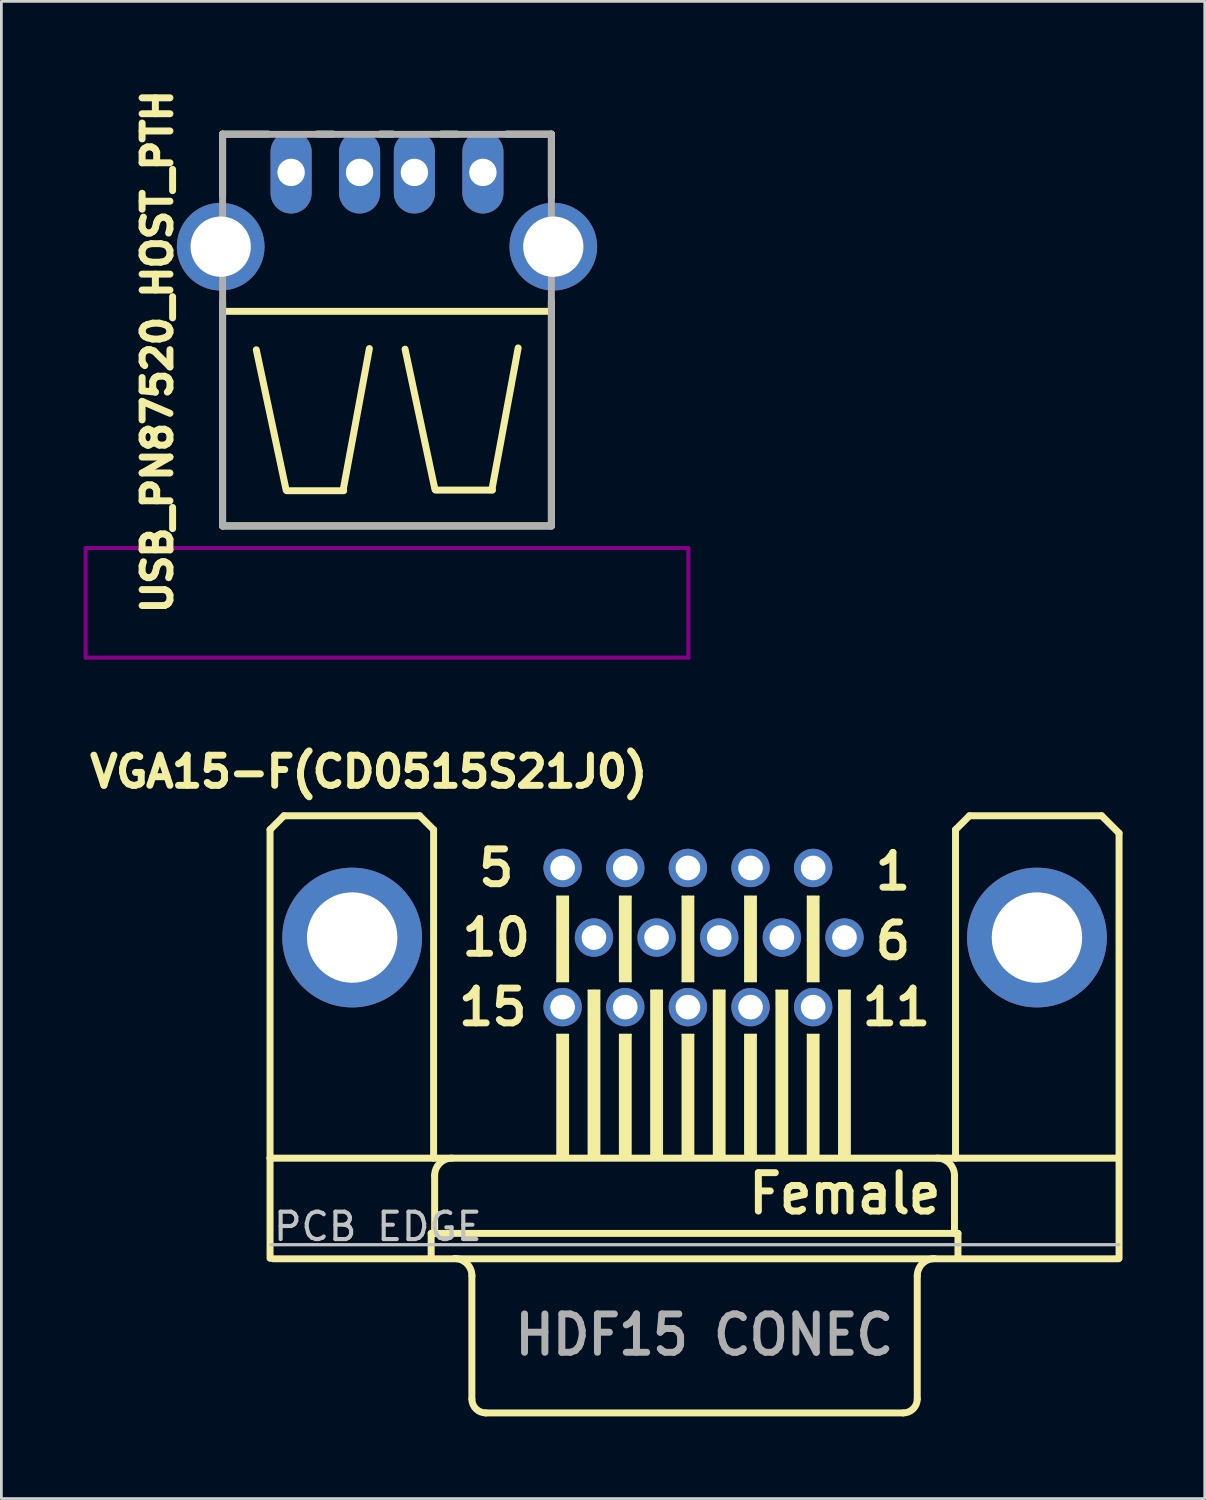
<source format=kicad_pcb>
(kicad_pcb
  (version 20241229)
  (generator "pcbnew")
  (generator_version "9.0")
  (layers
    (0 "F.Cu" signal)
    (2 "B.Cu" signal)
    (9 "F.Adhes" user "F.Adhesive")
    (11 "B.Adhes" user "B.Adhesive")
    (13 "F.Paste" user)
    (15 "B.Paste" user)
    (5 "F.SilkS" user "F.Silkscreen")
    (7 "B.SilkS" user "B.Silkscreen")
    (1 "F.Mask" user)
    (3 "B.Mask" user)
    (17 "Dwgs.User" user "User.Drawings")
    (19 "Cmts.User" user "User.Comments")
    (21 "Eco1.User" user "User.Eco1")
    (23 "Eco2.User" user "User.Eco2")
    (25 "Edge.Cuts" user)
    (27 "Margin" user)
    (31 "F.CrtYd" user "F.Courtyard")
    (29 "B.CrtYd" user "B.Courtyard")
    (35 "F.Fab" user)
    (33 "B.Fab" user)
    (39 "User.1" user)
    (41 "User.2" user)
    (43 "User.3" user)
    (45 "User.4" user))
  (footprint "VGA15-F(CD0515S21J0)"
    (layer "F.Cu")
    (at 22.301 34.98)
    (property "Reference" "VGA15-F(CD0515S21J0)" (at -11.894 -9.862 0) (layer "F.SilkS") (effects (font (size 1.1 1.1) (thickness 0.254))))
    (attr through_hole)
    (fp_line (start -15.494 -7.747) (end -15.494 4.242) (stroke (width 0.254) (type solid)) (layer "F.SilkS"))
    (fp_line (start -15.494 7.897) (end -15.494 4.242) (stroke (width 0.254) (type solid)) (layer "F.SilkS"))
    (fp_line (start -14.986 -8.255) (end -15.494 -7.747) (stroke (width 0.254) (type solid)) (layer "F.SilkS"))
    (fp_line (start -10.033 -8.255) (end -14.986 -8.255) (stroke (width 0.254) (type solid)) (layer "F.SilkS"))
    (fp_line (start -9.614 6.988) (end -9.614 7.897) (stroke (width 0.254) (type solid)) (layer "F.SilkS"))
    (fp_line (start -9.525 -7.747) (end -10.033 -8.255) (stroke (width 0.254) (type solid)) (layer "F.SilkS"))
    (fp_line (start -9.525 -7.747) (end -9.525 4.242) (stroke (width 0.254) (type solid)) (layer "F.SilkS"))
    (fp_line (start -9.487 4.877) (end -9.487 6.988) (stroke (width 0.254) (type solid)) (layer "F.SilkS"))
    (fp_line (start -9.487 6.988) (end -9.614 6.988) (stroke (width 0.254) (type solid)) (layer "F.SilkS"))
    (fp_line (start -8.128 8.539) (end -8.128 13.033) (stroke (width 0.254) (type solid)) (layer "F.SilkS"))
    (fp_line (start -5.014 -5.309) (end -4.613 -5.309) (stroke (width 0.066) (type solid)) (layer "F.SilkS"))
    (fp_line (start -5.014 -2.21) (end -5.014 -5.309) (stroke (width 0.066) (type solid)) (layer "F.SilkS"))
    (fp_line (start -5.014 -2.21) (end -4.613 -2.21) (stroke (width 0.066) (type solid)) (layer "F.SilkS"))
    (fp_line (start -5.014 -0.267) (end -4.613 -0.267) (stroke (width 0.066) (type solid)) (layer "F.SilkS"))
    (fp_line (start -5.014 4.242) (end -5.014 -0.267) (stroke (width 0.066) (type solid)) (layer "F.SilkS"))
    (fp_line (start -5.014 4.242) (end -4.613 4.242) (stroke (width 0.066) (type solid)) (layer "F.SilkS"))
    (fp_line (start -4.928 -5.232) (end -4.699 -5.232) (stroke (width 0.2) (type solid)) (layer "F.SilkS"))
    (fp_line (start -4.928 -2.286) (end -4.699 -2.286) (stroke (width 0.2) (type solid)) (layer "F.SilkS"))
    (fp_line (start -4.928 -0.191) (end -4.699 -0.191) (stroke (width 0.2) (type solid)) (layer "F.SilkS"))
    (fp_line (start -4.813 -5.118) (end -4.813 -2.388) (stroke (width 0.4) (type solid)) (layer "F.SilkS"))
    (fp_line (start -4.813 -0.064) (end -4.813 4.051) (stroke (width 0.4) (type solid)) (layer "F.SilkS"))
    (fp_line (start -4.613 -2.21) (end -4.613 -5.309) (stroke (width 0.066) (type solid)) (layer "F.SilkS"))
    (fp_line (start -4.613 4.242) (end -4.613 -0.267) (stroke (width 0.066) (type solid)) (layer "F.SilkS"))
    (fp_line (start -3.871 -1.877) (end -3.47 -1.877) (stroke (width 0.066) (type solid)) (layer "F.SilkS"))
    (fp_line (start -3.871 4.221) (end -3.871 -1.877) (stroke (width 0.066) (type solid)) (layer "F.SilkS"))
    (fp_line (start -3.871 4.221) (end -3.47 4.221) (stroke (width 0.066) (type solid)) (layer "F.SilkS"))
    (fp_line (start -3.785 -1.803) (end -3.556 -1.803) (stroke (width 0.2) (type solid)) (layer "F.SilkS"))
    (fp_line (start -3.683 -1.702) (end -3.683 4.077) (stroke (width 0.4) (type solid)) (layer "F.SilkS"))
    (fp_line (start -3.47 4.221) (end -3.47 -1.877) (stroke (width 0.066) (type solid)) (layer "F.SilkS"))
    (fp_line (start -2.728 -5.309) (end -2.327 -5.309) (stroke (width 0.066) (type solid)) (layer "F.SilkS"))
    (fp_line (start -2.728 -2.21) (end -2.728 -5.309) (stroke (width 0.066) (type solid)) (layer "F.SilkS"))
    (fp_line (start -2.728 -2.21) (end -2.327 -2.21) (stroke (width 0.066) (type solid)) (layer "F.SilkS"))
    (fp_line (start -2.728 -0.267) (end -2.327 -0.267) (stroke (width 0.066) (type solid)) (layer "F.SilkS"))
    (fp_line (start -2.728 4.242) (end -2.728 -0.267) (stroke (width 0.066) (type solid)) (layer "F.SilkS"))
    (fp_line (start -2.728 4.242) (end -2.327 4.242) (stroke (width 0.066) (type solid)) (layer "F.SilkS"))
    (fp_line (start -2.642 -5.232) (end -2.413 -5.232) (stroke (width 0.2) (type solid)) (layer "F.SilkS"))
    (fp_line (start -2.642 -2.299) (end -2.413 -2.299) (stroke (width 0.2) (type solid)) (layer "F.SilkS"))
    (fp_line (start -2.642 -0.191) (end -2.413 -0.191) (stroke (width 0.2) (type solid)) (layer "F.SilkS"))
    (fp_line (start -2.527 -5.131) (end -2.527 -2.4) (stroke (width 0.4) (type solid)) (layer "F.SilkS"))
    (fp_line (start -2.527 -0.064) (end -2.527 4.051) (stroke (width 0.4) (type solid)) (layer "F.SilkS"))
    (fp_line (start -2.327 -2.21) (end -2.327 -5.309) (stroke (width 0.066) (type solid)) (layer "F.SilkS"))
    (fp_line (start -2.327 4.242) (end -2.327 -0.267) (stroke (width 0.066) (type solid)) (layer "F.SilkS"))
    (fp_line (start -1.585 -1.877) (end -1.184 -1.877) (stroke (width 0.066) (type solid)) (layer "F.SilkS"))
    (fp_line (start -1.585 4.221) (end -1.585 -1.877) (stroke (width 0.066) (type solid)) (layer "F.SilkS"))
    (fp_line (start -1.585 4.221) (end -1.184 4.221) (stroke (width 0.066) (type solid)) (layer "F.SilkS"))
    (fp_line (start -1.499 -1.803) (end -1.27 -1.803) (stroke (width 0.2) (type solid)) (layer "F.SilkS"))
    (fp_line (start -1.397 -1.702) (end -1.397 4.077) (stroke (width 0.4) (type solid)) (layer "F.SilkS"))
    (fp_line (start -1.184 4.221) (end -1.184 -1.877) (stroke (width 0.066) (type solid)) (layer "F.SilkS"))
    (fp_line (start -0.442 -5.309) (end -0.041 -5.309) (stroke (width 0.066) (type solid)) (layer "F.SilkS"))
    (fp_line (start -0.442 -2.21) (end -0.442 -5.309) (stroke (width 0.066) (type solid)) (layer "F.SilkS"))
    (fp_line (start -0.442 -2.21) (end -0.041 -2.21) (stroke (width 0.066) (type solid)) (layer "F.SilkS"))
    (fp_line (start -0.442 -0.267) (end -0.041 -0.267) (stroke (width 0.066) (type solid)) (layer "F.SilkS"))
    (fp_line (start -0.442 4.242) (end -0.442 -0.267) (stroke (width 0.066) (type solid)) (layer "F.SilkS"))
    (fp_line (start -0.442 4.242) (end -0.041 4.242) (stroke (width 0.066) (type solid)) (layer "F.SilkS"))
    (fp_line (start -0.356 -5.232) (end -0.127 -5.232) (stroke (width 0.2) (type solid)) (layer "F.SilkS"))
    (fp_line (start -0.356 -2.286) (end -0.127 -2.286) (stroke (width 0.2) (type solid)) (layer "F.SilkS"))
    (fp_line (start -0.356 -0.191) (end -0.127 -0.191) (stroke (width 0.2) (type solid)) (layer "F.SilkS"))
    (fp_line (start -0.241 -5.131) (end -0.241 -2.4) (stroke (width 0.4) (type solid)) (layer "F.SilkS"))
    (fp_line (start -0.241 -0.089) (end -0.241 4.026) (stroke (width 0.4) (type solid)) (layer "F.SilkS"))
    (fp_line (start -0.041 -2.21) (end -0.041 -5.309) (stroke (width 0.066) (type solid)) (layer "F.SilkS"))
    (fp_line (start -0.041 4.242) (end -0.041 -0.267) (stroke (width 0.066) (type solid)) (layer "F.SilkS"))
    (fp_line (start 0.699 -1.877) (end 1.1 -1.877) (stroke (width 0.066) (type solid)) (layer "F.SilkS"))
    (fp_line (start 0.699 4.221) (end 0.699 -1.877) (stroke (width 0.066) (type solid)) (layer "F.SilkS"))
    (fp_line (start 0.699 4.221) (end 1.1 4.221) (stroke (width 0.066) (type solid)) (layer "F.SilkS"))
    (fp_line (start 0.775 -1.803) (end 1.003 -1.803) (stroke (width 0.2) (type solid)) (layer "F.SilkS"))
    (fp_line (start 0.889 -1.702) (end 0.889 4.077) (stroke (width 0.4) (type solid)) (layer "F.SilkS"))
    (fp_line (start 1.1 4.221) (end 1.1 -1.877) (stroke (width 0.066) (type solid)) (layer "F.SilkS"))
    (fp_line (start 1.841 -5.309) (end 2.243 -5.309) (stroke (width 0.066) (type solid)) (layer "F.SilkS"))
    (fp_line (start 1.841 -2.21) (end 1.841 -5.309) (stroke (width 0.066) (type solid)) (layer "F.SilkS"))
    (fp_line (start 1.841 -2.21) (end 2.243 -2.21) (stroke (width 0.066) (type solid)) (layer "F.SilkS"))
    (fp_line (start 1.841 -0.267) (end 2.243 -0.267) (stroke (width 0.066) (type solid)) (layer "F.SilkS"))
    (fp_line (start 1.841 4.242) (end 1.841 -0.267) (stroke (width 0.066) (type solid)) (layer "F.SilkS"))
    (fp_line (start 1.841 4.242) (end 2.243 4.242) (stroke (width 0.066) (type solid)) (layer "F.SilkS"))
    (fp_line (start 1.918 -0.191) (end 2.146 -0.191) (stroke (width 0.2) (type solid)) (layer "F.SilkS"))
    (fp_line (start 1.93 -5.232) (end 2.159 -5.232) (stroke (width 0.2) (type solid)) (layer "F.SilkS"))
    (fp_line (start 1.93 -2.286) (end 2.159 -2.286) (stroke (width 0.2) (type solid)) (layer "F.SilkS"))
    (fp_line (start 2.032 -0.076) (end 2.032 4.039) (stroke (width 0.4) (type solid)) (layer "F.SilkS"))
    (fp_line (start 2.045 -5.131) (end 2.045 -2.4) (stroke (width 0.4) (type solid)) (layer "F.SilkS"))
    (fp_line (start 2.243 -2.21) (end 2.243 -5.309) (stroke (width 0.066) (type solid)) (layer "F.SilkS"))
    (fp_line (start 2.243 4.242) (end 2.243 -0.267) (stroke (width 0.066) (type solid)) (layer "F.SilkS"))
    (fp_line (start 2.985 -1.877) (end 3.386 -1.877) (stroke (width 0.066) (type solid)) (layer "F.SilkS"))
    (fp_line (start 2.985 4.221) (end 2.985 -1.877) (stroke (width 0.066) (type solid)) (layer "F.SilkS"))
    (fp_line (start 2.985 4.221) (end 3.386 4.221) (stroke (width 0.066) (type solid)) (layer "F.SilkS"))
    (fp_line (start 3.073 -1.791) (end 3.302 -1.791) (stroke (width 0.2) (type solid)) (layer "F.SilkS"))
    (fp_line (start 3.175 -1.702) (end 3.175 4.077) (stroke (width 0.4) (type solid)) (layer "F.SilkS"))
    (fp_line (start 3.386 4.221) (end 3.386 -1.877) (stroke (width 0.066) (type solid)) (layer "F.SilkS"))
    (fp_line (start 4.128 -5.309) (end 4.529 -5.309) (stroke (width 0.066) (type solid)) (layer "F.SilkS"))
    (fp_line (start 4.128 -2.21) (end 4.128 -5.309) (stroke (width 0.066) (type solid)) (layer "F.SilkS"))
    (fp_line (start 4.128 -2.21) (end 4.529 -2.21) (stroke (width 0.066) (type solid)) (layer "F.SilkS"))
    (fp_line (start 4.128 -0.267) (end 4.529 -0.267) (stroke (width 0.066) (type solid)) (layer "F.SilkS"))
    (fp_line (start 4.128 4.242) (end 4.128 -0.267) (stroke (width 0.066) (type solid)) (layer "F.SilkS"))
    (fp_line (start 4.128 4.242) (end 4.529 4.242) (stroke (width 0.066) (type solid)) (layer "F.SilkS"))
    (fp_line (start 4.204 -5.232) (end 4.432 -5.232) (stroke (width 0.2) (type solid)) (layer "F.SilkS"))
    (fp_line (start 4.216 -2.286) (end 4.445 -2.286) (stroke (width 0.2) (type solid)) (layer "F.SilkS"))
    (fp_line (start 4.216 -0.178) (end 4.445 -0.178) (stroke (width 0.2) (type solid)) (layer "F.SilkS"))
    (fp_line (start 4.318 -5.131) (end 4.318 -2.4) (stroke (width 0.4) (type solid)) (layer "F.SilkS"))
    (fp_line (start 4.318 -0.076) (end 4.318 4.039) (stroke (width 0.4) (type solid)) (layer "F.SilkS"))
    (fp_line (start 4.529 -2.21) (end 4.529 -5.309) (stroke (width 0.066) (type solid)) (layer "F.SilkS"))
    (fp_line (start 4.529 4.242) (end 4.529 -0.267) (stroke (width 0.066) (type solid)) (layer "F.SilkS"))
    (fp_line (start 5.271 -1.877) (end 5.672 -1.877) (stroke (width 0.066) (type solid)) (layer "F.SilkS"))
    (fp_line (start 5.271 4.221) (end 5.271 -1.877) (stroke (width 0.066) (type solid)) (layer "F.SilkS"))
    (fp_line (start 5.271 4.221) (end 5.672 4.221) (stroke (width 0.066) (type solid)) (layer "F.SilkS"))
    (fp_line (start 5.359 -1.803) (end 5.588 -1.803) (stroke (width 0.2) (type solid)) (layer "F.SilkS"))
    (fp_line (start 5.461 -1.702) (end 5.461 4.077) (stroke (width 0.4) (type solid)) (layer "F.SilkS"))
    (fp_line (start 5.672 4.221) (end 5.672 -1.877) (stroke (width 0.066) (type solid)) (layer "F.SilkS"))
    (fp_line (start 7.62 13.541) (end -7.62 13.541) (stroke (width 0.254) (type solid)) (layer "F.SilkS"))
    (fp_line (start 8.128 8.539) (end 8.128 13.033) (stroke (width 0.254) (type solid)) (layer "F.SilkS"))
    (fp_line (start 9.487 4.877) (end 9.487 6.988) (stroke (width 0.254) (type solid)) (layer "F.SilkS"))
    (fp_line (start 9.487 6.988) (end -9.487 6.988) (stroke (width 0.254) (type solid)) (layer "F.SilkS"))
    (fp_line (start 9.525 -7.747) (end 9.525 4.242) (stroke (width 0.254) (type solid)) (layer "F.SilkS"))
    (fp_line (start 9.614 6.988) (end 9.487 6.988) (stroke (width 0.254) (type solid)) (layer "F.SilkS"))
    (fp_line (start 9.614 6.988) (end 9.614 7.897) (stroke (width 0.254) (type solid)) (layer "F.SilkS"))
    (fp_line (start 10.033 -8.255) (end 9.525 -7.747) (stroke (width 0.254) (type solid)) (layer "F.SilkS"))
    (fp_line (start 10.033 -8.255) (end 14.859 -8.255) (stroke (width 0.254) (type solid)) (layer "F.SilkS"))
    (fp_line (start 14.859 -8.255) (end 15.494 -7.62) (stroke (width 0.254) (type solid)) (layer "F.SilkS"))
    (fp_line (start 15.474 4.242) (end -15.494 4.242) (stroke (width 0.254) (type solid)) (layer "F.SilkS"))
    (fp_line (start 15.474 7.915) (end -15.38 7.915) (stroke (width 0.254) (type solid)) (layer "F.SilkS"))
    (fp_line (start 15.494 -7.62) (end 15.494 7.897) (stroke (width 0.254) (type solid)) (layer "F.SilkS"))
    (fp_arc (start -9.4869 4.8768) (mid -9.300913 4.427787) (end -8.8519 4.2418) (stroke (width 0.254) (type solid)) (layer "F.SilkS"))
    (fp_arc (start -8.76046 7.90448) (mid -8.311447 8.090467) (end -8.12546 8.53948) (stroke (width 0.254) (type solid)) (layer "F.SilkS"))
    (fp_arc (start -7.62 13.54074) (mid -7.97921 13.39195) (end -8.128 13.03274) (stroke (width 0.254) (type solid)) (layer "F.SilkS"))
    (fp_arc (start 8.128 8.53948) (mid 8.313243 8.092263) (end 8.76046 7.90702) (stroke (width 0.254) (type solid)) (layer "F.SilkS"))
    (fp_arc (start 8.128 13.03274) (mid 7.97921 13.39195) (end 7.62 13.54074) (stroke (width 0.254) (type solid)) (layer "F.SilkS"))
    (fp_arc (start 8.8519 4.2418) (mid 9.300913 4.427787) (end 9.4869 4.8768) (stroke (width 0.254) (type solid)) (layer "F.SilkS"))
    (fp_line (start -15.46 7.4) (end 15.49 7.4) (stroke (width 0.12) (type solid)) (layer "Dwgs.User"))
    (fp_text user "10" (at -7.239 -3.81 0) (layer "F.SilkS") (effects (font (size 1.27 1.27) (thickness 0.254))))
    (fp_text user "5" (at -7.239 -6.35 0) (layer "F.SilkS") (effects (font (size 1.27 1.27) (thickness 0.254))))
    (fp_text user "6" (at 7.239 -3.683 0) (layer "F.SilkS") (effects (font (size 1.27 1.27) (thickness 0.254))))
    (fp_text user "Female" (at 5.486 5.537 0) (layer "F.SilkS") (effects (font (size 1.4 1.3) (thickness 0.254))))
    (fp_text user "11" (at 7.366 -1.27 0) (layer "F.SilkS") (effects (font (size 1.27 1.27) (thickness 0.254))))
    (fp_text user "1" (at 7.239 -6.223 0) (layer "F.SilkS") (effects (font (size 1.27 1.27) (thickness 0.254))))
    (fp_text user "15" (at -7.366 -1.27 0) (layer "F.SilkS") (effects (font (size 1.27 1.27) (thickness 0.254))))
    (fp_text user "PCB EDGE" (at -11.56 6.74 0) (layer "Dwgs.User") (effects (font (size 1 1) (thickness 0.15))))
    (fp_text user "HDF15 CONEC" (at 0.356 10.693 0) (layer "F.Fab") (effects (font (size 1.4 1.3) (thickness 0.254))))
    (pad "1" thru_hole circle (at 4.329 -6.35) (size 1.4 1.4) (drill 0.9) (layers "*.Cu" "*.Mask"))
    (pad "2" thru_hole circle (at 2.043 -6.35) (size 1.4 1.4) (drill 0.9) (layers "*.Cu" "*.Mask"))
    (pad "3" thru_hole circle (at -0.243 -6.35) (size 1.4 1.4) (drill 0.9) (layers "*.Cu" "*.Mask"))
    (pad "4" thru_hole circle (at -2.529 -6.35) (size 1.4 1.4) (drill 0.9) (layers "*.Cu" "*.Mask"))
    (pad "5" thru_hole circle (at -4.815 -6.35) (size 1.4 1.4) (drill 0.9) (layers "*.Cu" "*.Mask"))
    (pad "6" thru_hole circle (at 5.472 -3.81) (size 1.4 1.4) (drill 0.9) (layers "*.Cu" "*.Mask"))
    (pad "7" thru_hole circle (at 3.186 -3.81) (size 1.4 1.4) (drill 0.9) (layers "*.Cu" "*.Mask"))
    (pad "8" thru_hole circle (at 0.9 -3.81) (size 1.4 1.4) (drill 0.9) (layers "*.Cu" "*.Mask"))
    (pad "9" thru_hole circle (at -1.386 -3.81) (size 1.4 1.4) (drill 0.9) (layers "*.Cu" "*.Mask"))
    (pad "10" thru_hole circle (at -3.672 -3.81) (size 1.4 1.4) (drill 0.9) (layers "*.Cu" "*.Mask"))
    (pad "11" thru_hole circle (at 4.329 -1.27) (size 1.4 1.4) (drill 0.9) (layers "*.Cu" "*.Mask"))
    (pad "12" thru_hole circle (at 2.043 -1.27) (size 1.4 1.4) (drill 0.9) (layers "*.Cu" "*.Mask"))
    (pad "13" thru_hole circle (at -0.243 -1.27) (size 1.4 1.4) (drill 0.9) (layers "*.Cu" "*.Mask"))
    (pad "14" thru_hole circle (at -2.529 -1.27) (size 1.4 1.4) (drill 0.9) (layers "*.Cu" "*.Mask"))
    (pad "15" thru_hole circle (at -4.815 -1.27) (size 1.4 1.4) (drill 0.9) (layers "*.Cu" "*.Mask"))
    (pad "16" thru_hole circle (at -12.497 -3.81) (size 5.1 5.1) (drill 3.3) (layers "*.Cu" "*.Mask"))
    (pad "17" thru_hole circle (at 12.497 -3.81) (size 5.1 5.1) (drill 3.3) (layers "*.Cu" "*.Mask")))
  (footprint "USB_PN87520_HOST_PTH"
    (layer "F.Cu")
    (at 11.075 5.953)
    (property "Reference" "USB_PN87520_HOST_PTH" (at -8.379 3.833 90) (layer "F.SilkS") (effects (font (size 1.016 1.016) (thickness 0.254))))
    (attr through_hole)
    (fp_line (start -6 -4.11) (end -6 -1.854) (stroke (width 0.254) (type solid)) (layer "F.SilkS"))
    (fp_line (start -6 -4.11) (end -4.343 -4.11) (stroke (width 0.254) (type solid)) (layer "F.SilkS"))
    (fp_line (start -6 2) (end -6 10.19) (stroke (width 0.254) (type solid)) (layer "F.SilkS"))
    (fp_line (start -6 2.36) (end 6 2.36) (stroke (width 0.254) (type solid)) (layer "F.SilkS"))
    (fp_line (start -4.77 3.764) (end -3.683 8.877) (stroke (width 0.254) (type solid)) (layer "F.SilkS"))
    (fp_line (start -2.553 -4.11) (end -1.981 -4.11) (stroke (width 0.254) (type solid)) (layer "F.SilkS"))
    (fp_line (start -1.603 8.9) (end -0.643 3.719) (stroke (width 0.254) (type solid)) (layer "F.SilkS"))
    (fp_line (start -1.58 8.908) (end -3.66 8.908) (stroke (width 0.254) (type solid)) (layer "F.SilkS"))
    (fp_line (start -0.241 -4.11) (end 0.203 -4.11) (stroke (width 0.254) (type solid)) (layer "F.SilkS"))
    (fp_line (start 0.66 3.741) (end 1.748 8.854) (stroke (width 0.254) (type solid)) (layer "F.SilkS"))
    (fp_line (start 1.981 -4.11) (end 2.553 -4.11) (stroke (width 0.254) (type solid)) (layer "F.SilkS"))
    (fp_line (start 3.828 8.877) (end 4.788 3.696) (stroke (width 0.254) (type solid)) (layer "F.SilkS"))
    (fp_line (start 3.851 8.885) (end 1.77 8.885) (stroke (width 0.254) (type solid)) (layer "F.SilkS"))
    (fp_line (start 4.369 -4.11) (end 6 -4.11) (stroke (width 0.254) (type solid)) (layer "F.SilkS"))
    (fp_line (start 6 -4.11) (end 6 -1.816) (stroke (width 0.254) (type solid)) (layer "F.SilkS"))
    (fp_line (start 6 2) (end 6 10.19) (stroke (width 0.254) (type solid)) (layer "F.SilkS"))
    (fp_line (start 6 10.19) (end -6 10.19) (stroke (width 0.254) (type solid)) (layer "F.SilkS"))
    (fp_line (start -11 11) (end 11 11) (stroke (width 0.15) (type solid)) (layer "F.Adhes"))
    (fp_line (start -11 15) (end -11 11) (stroke (width 0.15) (type solid)) (layer "F.Adhes"))
    (fp_line (start 11 11) (end 11 15) (stroke (width 0.15) (type solid)) (layer "F.Adhes"))
    (fp_line (start 11 15) (end -11 15) (stroke (width 0.15) (type solid)) (layer "F.Adhes"))
    (fp_line (start -6 -4.1) (end 6 -4.1) (stroke (width 0.254) (type solid)) (layer "F.Fab"))
    (fp_line (start -6 10.2) (end -6 -4.1) (stroke (width 0.254) (type solid)) (layer "F.Fab"))
    (fp_line (start -6 10.2) (end 6 10.2) (stroke (width 0.254) (type solid)) (layer "F.Fab"))
    (fp_line (start 6 -4.1) (end 6 10.2) (stroke (width 0.254) (type solid)) (layer "F.Fab"))
    (pad "1" thru_hole oval (at -3.5 -2.71) (size 1.5 3) (drill 1) (layers "*.Cu" "*.Mask"))
    (pad "2" thru_hole oval (at -1 -2.71) (size 1.5 3) (drill 1) (layers "*.Cu" "*.Mask"))
    (pad "3" thru_hole oval (at 1 -2.71) (size 1.5 3) (drill 1) (layers "*.Cu" "*.Mask"))
    (pad "4" thru_hole oval (at 3.5 -2.71) (size 1.5 3) (drill 1) (layers "*.Cu" "*.Mask"))
    (pad "5" thru_hole circle (at -6.07 0) (size 3.2 3.2) (drill 2.2) (layers "*.Cu" "*.Mask"))
    (pad "5" thru_hole circle (at 6.07 0) (size 3.2 3.2) (drill 2.2) (layers "*.Cu" "*.Mask")))
  (gr_rect
    (start -3 -3)
    (end 40.922 51.647)
    (stroke (width 0.1) (type default))
    (fill no)
    (layer "Edge.Cuts")))
</source>
